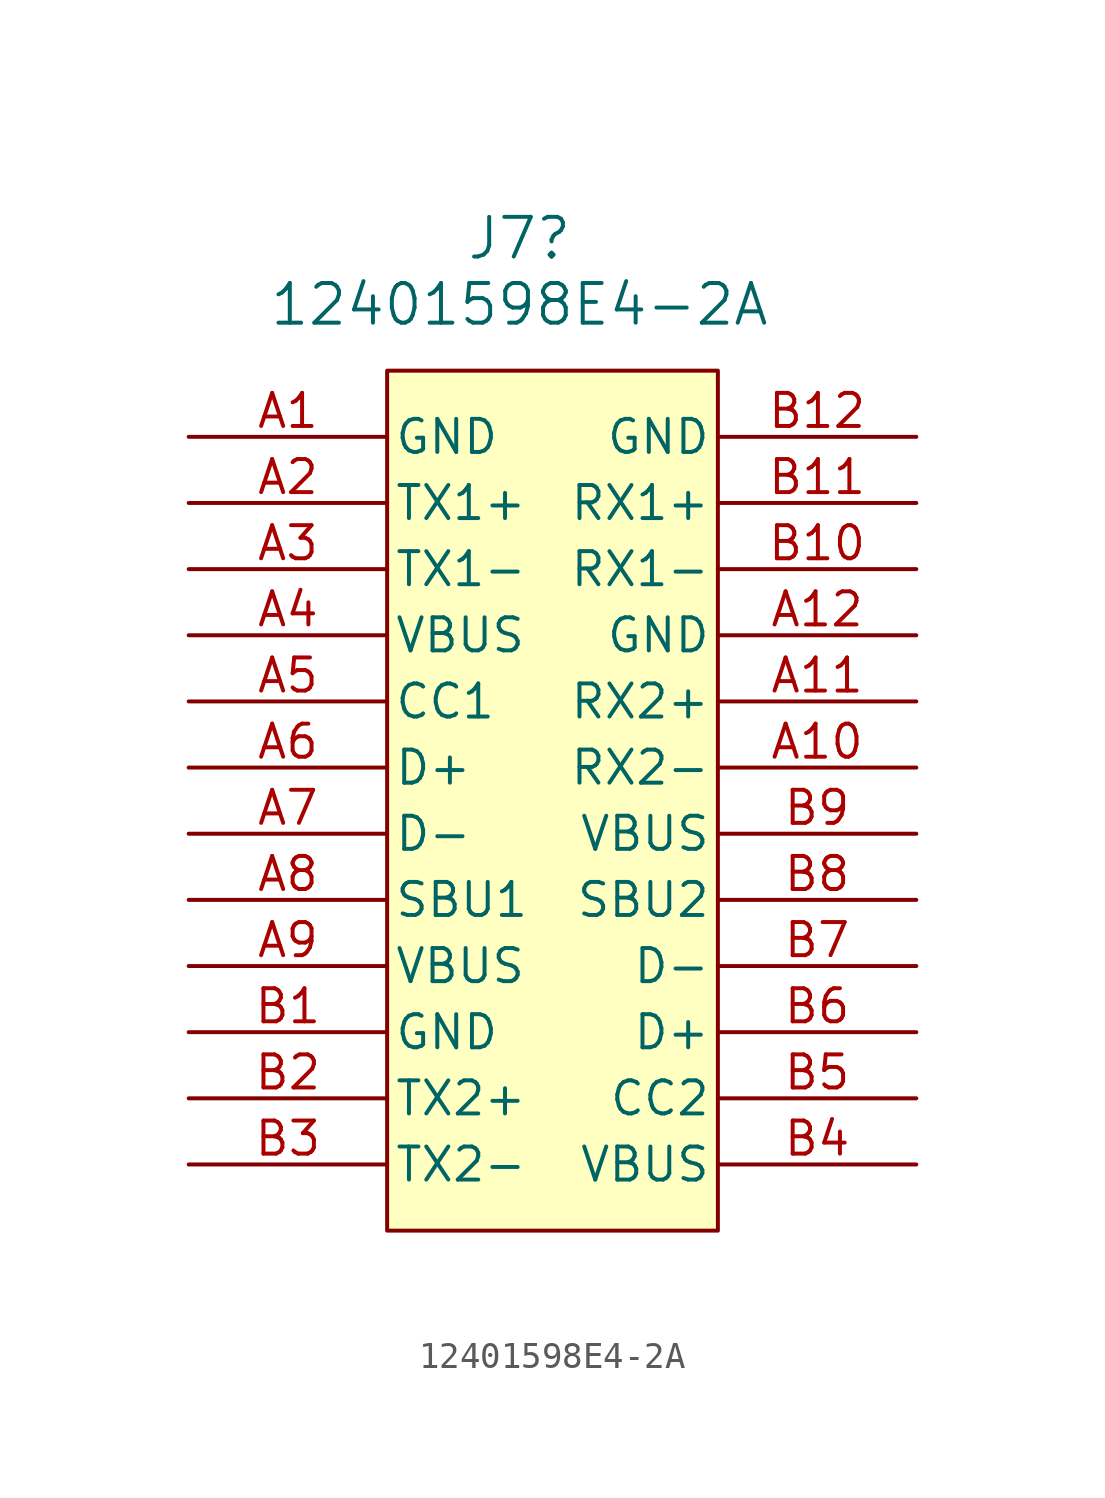
<source format=kicad_sym>
(kicad_symbol_lib
  (version 20220914)
  (generator kicad_symbol_editor)
  (symbol "12401598E4-2A"
    (pin_names
      (offset 0.254))
    (property "Reference" "J7"
      (at 0 7.62 0)
      (effects (font (size 1.524 1.524))))
    (property "Value" "12401598E4-2A"
      (at 0 5.08 0)
      (effects (font (size 1.524 1.524))))
    (property "ki_locked" ""
      (at 0 0 0)
      (effects (font (size 1.27 1.27))))
    (symbol "12401598E4-2A_0_1"
      (pin power_out line (at -12.7 0 0) (length 7.62) (name "GND" (effects (font (size 1.27 1.27)))) (number "A1" (effects (font (size 1.27 1.27)))))
      (pin bidirectional line (at 15.24 -12.7 180) (length 7.62) (name "RX2-" (effects (font (size 1.27 1.27)))) (number "A10" (effects (font (size 1.27 1.27)))))
      (pin bidirectional line (at 15.24 -10.16 180) (length 7.62) (name "RX2+" (effects (font (size 1.27 1.27)))) (number "A11" (effects (font (size 1.27 1.27)))))
      (pin power_out line (at 15.24 -7.62 180) (length 7.62) (name "GND" (effects (font (size 1.27 1.27)))) (number "A12" (effects (font (size 1.27 1.27)))))
      (pin bidirectional line (at -12.7 -2.54 0) (length 7.62) (name "TX1+" (effects (font (size 1.27 1.27)))) (number "A2" (effects (font (size 1.27 1.27)))))
      (pin bidirectional line (at -12.7 -5.08 0) (length 7.62) (name "TX1-" (effects (font (size 1.27 1.27)))) (number "A3" (effects (font (size 1.27 1.27)))))
      (pin power_in line (at -12.7 -7.62 0) (length 7.62) (name "VBUS" (effects (font (size 1.27 1.27)))) (number "A4" (effects (font (size 1.27 1.27)))))
      (pin bidirectional line (at -12.7 -10.16 0) (length 7.62) (name "CC1" (effects (font (size 1.27 1.27)))) (number "A5" (effects (font (size 1.27 1.27)))))
      (pin unspecified line (at -12.7 -12.7 0) (length 7.62) (name "D+" (effects (font (size 1.27 1.27)))) (number "A6" (effects (font (size 1.27 1.27)))))
      (pin bidirectional line (at -12.7 -15.24 0) (length 7.62) (name "D-" (effects (font (size 1.27 1.27)))) (number "A7" (effects (font (size 1.27 1.27)))))
      (pin bidirectional line (at -12.7 -17.78 0) (length 7.62) (name "SBU1" (effects (font (size 1.27 1.27)))) (number "A8" (effects (font (size 1.27 1.27)))))
      (pin power_in line (at -12.7 -20.32 0) (length 7.62) (name "VBUS" (effects (font (size 1.27 1.27)))) (number "A9" (effects (font (size 1.27 1.27)))))
      (pin power_out line (at -12.7 -22.86 0) (length 7.62) (name "GND" (effects (font (size 1.27 1.27)))) (number "B1" (effects (font (size 1.27 1.27)))))
      (pin bidirectional line (at 15.24 -5.08 180) (length 7.62) (name "RX1-" (effects (font (size 1.27 1.27)))) (number "B10" (effects (font (size 1.27 1.27)))))
      (pin bidirectional line (at 15.24 -2.54 180) (length 7.62) (name "RX1+" (effects (font (size 1.27 1.27)))) (number "B11" (effects (font (size 1.27 1.27)))))
      (pin power_out line (at 15.24 0 180) (length 7.62) (name "GND" (effects (font (size 1.27 1.27)))) (number "B12" (effects (font (size 1.27 1.27)))))
      (pin bidirectional line (at -12.7 -25.4 0) (length 7.62) (name "TX2+" (effects (font (size 1.27 1.27)))) (number "B2" (effects (font (size 1.27 1.27)))))
      (pin bidirectional line (at -12.7 -27.94 0) (length 7.62) (name "TX2-" (effects (font (size 1.27 1.27)))) (number "B3" (effects (font (size 1.27 1.27)))))
      (pin unspecified line (at 15.24 -27.94 180) (length 7.62) (name "VBUS" (effects (font (size 1.27 1.27)))) (number "B4" (effects (font (size 1.27 1.27)))))
      (pin bidirectional line (at 15.24 -25.4 180) (length 7.62) (name "CC2" (effects (font (size 1.27 1.27)))) (number "B5" (effects (font (size 1.27 1.27)))))
      (pin unspecified line (at 15.24 -22.86 180) (length 7.62) (name "D+" (effects (font (size 1.27 1.27)))) (number "B6" (effects (font (size 1.27 1.27)))))
      (pin bidirectional line (at 15.24 -20.32 180) (length 7.62) (name "D-" (effects (font (size 1.27 1.27)))) (number "B7" (effects (font (size 1.27 1.27)))))
      (pin bidirectional line (at 15.24 -17.78 180) (length 7.62) (name "SBU2" (effects (font (size 1.27 1.27)))) (number "B8" (effects (font (size 1.27 1.27)))))
      (pin unspecified line (at 15.24 -15.24 180) (length 7.62) (name "VBUS" (effects (font (size 1.27 1.27)))) (number "B9" (effects (font (size 1.27 1.27))))))
    (symbol "12401598E4-2A_1_1"
      (rectangle (start -5.08 2.54) (end 7.62 -30.48) (stroke (width 0) (type default)) (fill (type background))))))
</source>
